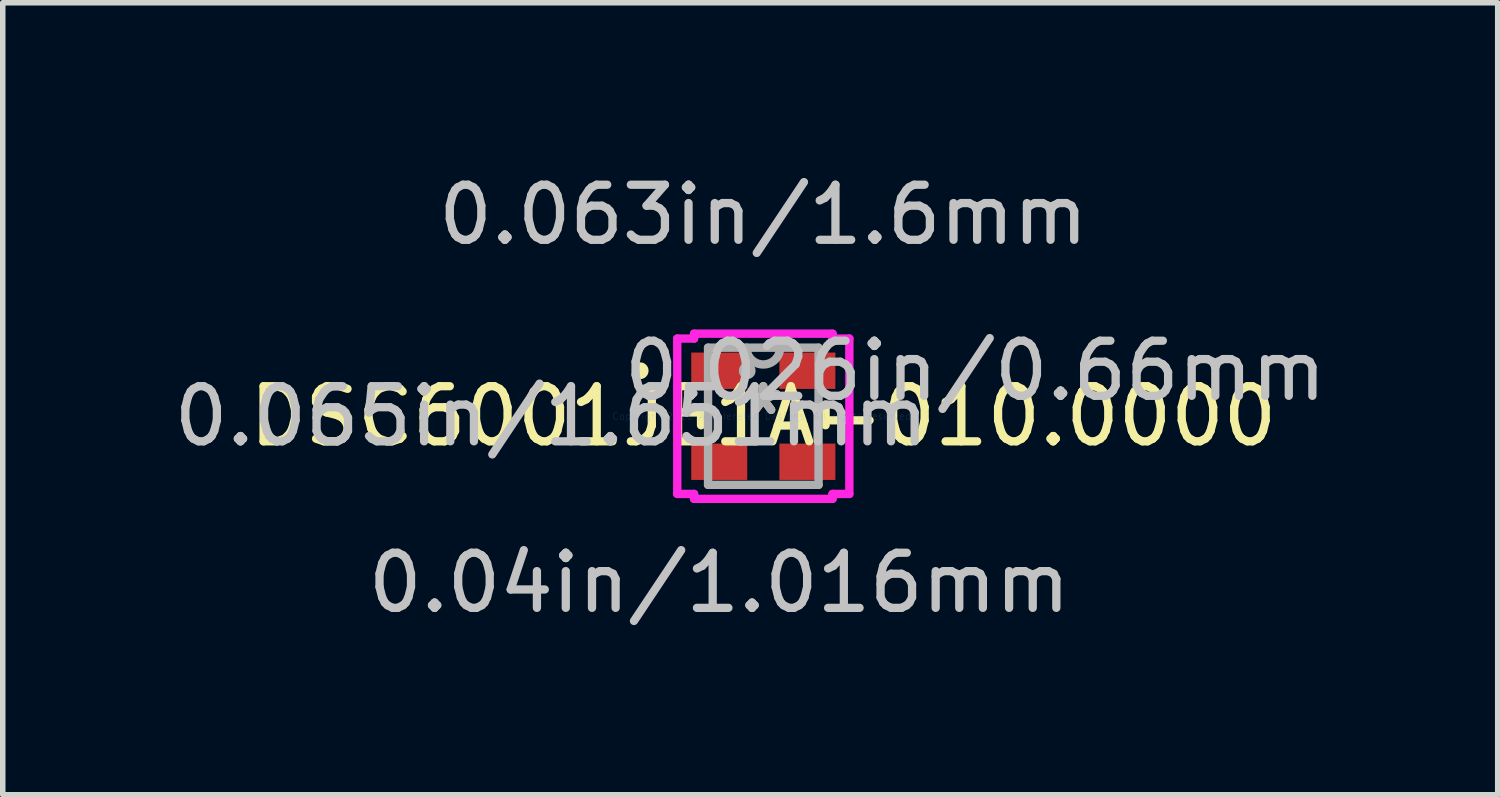
<source format=kicad_pcb>
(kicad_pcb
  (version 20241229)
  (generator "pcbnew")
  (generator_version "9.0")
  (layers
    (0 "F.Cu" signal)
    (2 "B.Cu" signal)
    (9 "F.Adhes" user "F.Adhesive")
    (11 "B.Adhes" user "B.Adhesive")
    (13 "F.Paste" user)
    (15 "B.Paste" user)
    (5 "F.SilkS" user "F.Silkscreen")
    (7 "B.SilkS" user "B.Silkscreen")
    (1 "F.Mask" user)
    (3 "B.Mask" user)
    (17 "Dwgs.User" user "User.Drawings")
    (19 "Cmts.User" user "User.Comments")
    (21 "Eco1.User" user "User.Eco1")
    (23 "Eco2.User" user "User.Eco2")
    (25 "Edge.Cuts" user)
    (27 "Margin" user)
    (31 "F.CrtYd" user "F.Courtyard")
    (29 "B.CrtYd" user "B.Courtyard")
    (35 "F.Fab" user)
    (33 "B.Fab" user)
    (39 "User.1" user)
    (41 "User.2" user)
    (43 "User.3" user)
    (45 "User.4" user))
  (footprint "DSC6001JE1A-010.0000"
    (layer "F.Cu")
    (at 10.806 4.506)
    (property "Reference" "DSC6001JE1A-010.0000" (at 0 0 0) (layer "F.SilkS") (effects (font (size 1 1) (thickness 0.15))))
    (attr smd)
    (fp_line (start -1.13 -0.163) (end -1.13 0.163) (stroke (width 0.152) (type solid)) (layer "F.SilkS"))
    (fp_line (start 1.13 0.163) (end 1.13 -0.163) (stroke (width 0.152) (type solid)) (layer "F.SilkS"))
    (fp_circle (center -2.235 -0.826) (end -2.159 -0.826) (stroke (width 0.152) (type solid)) (fill no) (layer "F.SilkS"))
    (fp_line (start -1.562 -1.41) (end -1.257 -1.41) (stroke (width 0.152) (type solid)) (layer "F.CrtYd"))
    (fp_line (start -1.562 1.41) (end -1.562 -1.41) (stroke (width 0.152) (type solid)) (layer "F.CrtYd"))
    (fp_line (start -1.257 -1.499) (end 1.257 -1.499) (stroke (width 0.152) (type solid)) (layer "F.CrtYd"))
    (fp_line (start -1.257 -1.41) (end -1.257 -1.499) (stroke (width 0.152) (type solid)) (layer "F.CrtYd"))
    (fp_line (start -1.257 1.41) (end -1.562 1.41) (stroke (width 0.152) (type solid)) (layer "F.CrtYd"))
    (fp_line (start -1.257 1.499) (end -1.257 1.41) (stroke (width 0.152) (type solid)) (layer "F.CrtYd"))
    (fp_line (start 1.257 -1.499) (end 1.257 -1.41) (stroke (width 0.152) (type solid)) (layer "F.CrtYd"))
    (fp_line (start 1.257 -1.41) (end 1.562 -1.41) (stroke (width 0.152) (type solid)) (layer "F.CrtYd"))
    (fp_line (start 1.257 1.41) (end 1.257 1.499) (stroke (width 0.152) (type solid)) (layer "F.CrtYd"))
    (fp_line (start 1.257 1.499) (end -1.257 1.499) (stroke (width 0.152) (type solid)) (layer "F.CrtYd"))
    (fp_line (start 1.562 -1.41) (end 1.562 1.41) (stroke (width 0.152) (type solid)) (layer "F.CrtYd"))
    (fp_line (start 1.562 1.41) (end 1.257 1.41) (stroke (width 0.152) (type solid)) (layer "F.CrtYd"))
    (fp_line (start -1.003 -1.245) (end -1.003 1.245) (stroke (width 0.152) (type solid)) (layer "F.Fab"))
    (fp_line (start -1.003 1.245) (end 1.003 1.245) (stroke (width 0.152) (type solid)) (layer "F.Fab"))
    (fp_line (start 1.003 -1.245) (end -1.003 -1.245) (stroke (width 0.152) (type solid)) (layer "F.Fab"))
    (fp_line (start 1.003 1.245) (end 1.003 -1.245) (stroke (width 0.152) (type solid)) (layer "F.Fab"))
    (fp_arc (start 0.3048 -1.2446) (mid 0 -0.9398) (end -0.3048 -1.2446) (stroke (width 0.1524) (type solid)) (layer "F.Fab"))
    (fp_circle (center -0.292 -0.826) (end -0.292 -0.826) (stroke (width 0.152) (type solid)) (fill no) (layer "F.Fab"))
    (fp_text user "*" (at 0 0 0) (layer "F.SilkS") (effects (font (size 1 1) (thickness 0.15))))
    (fp_text user "0.04in/1.016mm" (at -0.8 3.023 0) (layer "Dwgs.User") (effects (font (size 1 1) (thickness 0.15))))
    (fp_text user "0.026in/0.66mm" (at 3.848 -0.826 0) (layer "Dwgs.User") (effects (font (size 1 1) (thickness 0.15))))
    (fp_text user "0.063in/1.6mm" (at 0 -3.658 0) (layer "Dwgs.User") (effects (font (size 1 1) (thickness 0.15))))
    (fp_text user "0.065in/1.651mm" (at -3.848 0 0) (layer "Dwgs.User") (effects (font (size 1 1) (thickness 0.15))))
    (fp_text user "Copyright 2016 Accelerated Designs. All rights reserved." (at 0 0 0) (layer "Cmts.User") (effects (font (size 0.127 0.127) (thickness 0.002))))
    (fp_text user "*" (at 0 0 0) (layer "F.Fab") (effects (font (size 1 1) (thickness 0.15))))
    (pad "1" smd rect (at -0.8 -0.826) (size 1.016 0.66) (layers "F.Cu" "F.Mask" "F.Paste"))
    (pad "2" smd rect (at -0.8 0.826) (size 1.016 0.66) (layers "F.Cu" "F.Mask" "F.Paste"))
    (pad "3" smd rect (at 0.8 0.826) (size 1.016 0.66) (layers "F.Cu" "F.Mask" "F.Paste"))
    (pad "4" smd rect (at 0.8 -0.826) (size 1.016 0.66) (layers "F.Cu" "F.Mask" "F.Paste")))
  (gr_rect
    (start -3 -3)
    (end 24.137 11.377)
    (stroke (width 0.1) (type default))
    (fill no)
    (layer "Edge.Cuts")))
</source>
